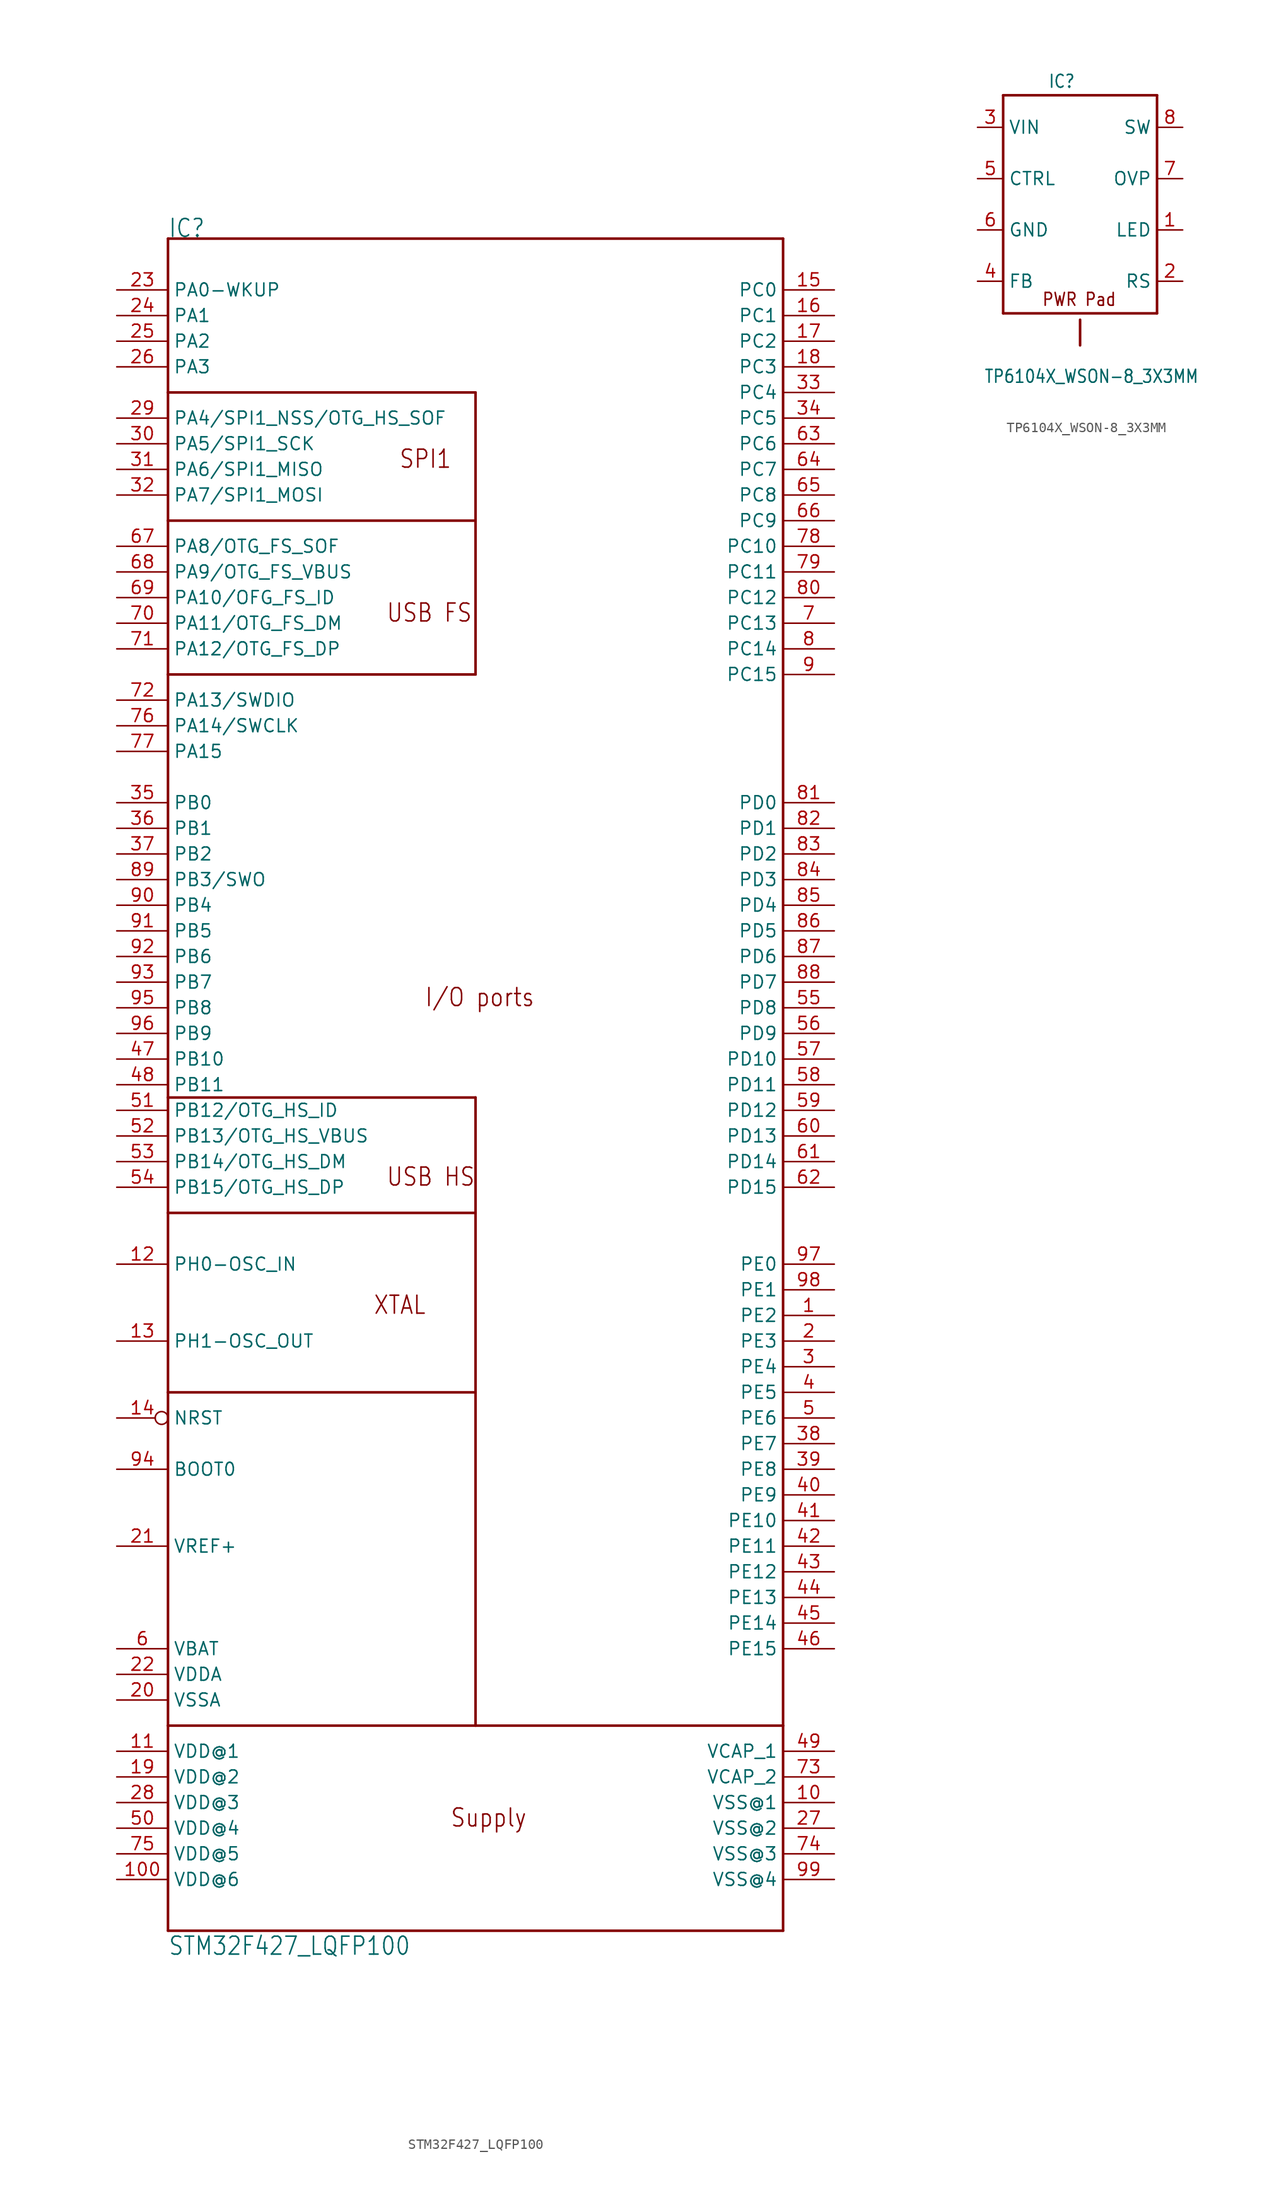
<source format=kicad_sym>
(kicad_symbol_lib
  (version 20201005)
  (generator kicad_symbol_editor)
  (symbol "STM32F427_LQFP100"
    (property "Reference" "IC"
      (at -30.48 88.9 0)
      (effects (font (size 1.778 1.511)) (justify left bottom)))
    (property "Value" "STM32F427_LQFP100"
      (at -30.48 -81.28 0)
      (effects (font (size 1.778 1.511)) (justify left bottom)))
    (property "ki_locked" ""
      (at 0 0 0)
      (effects (font (size 1.27 1.27))))
    (symbol "STM32F427_LQFP100_1_0"
      (text "Supply" (at -2.54 -68.58 0) (effects (font (size 1.778 1.511)) (justify left bottom)))
      (text "XTAL" (at -10.16 -17.78 0) (effects (font (size 1.778 1.511)) (justify left bottom)))
      (text "I/O ports" (at -5.08 12.7 0) (effects (font (size 1.778 1.511)) (justify left bottom)))
      (text "SPI1" (at -7.62 66.04 0) (effects (font (size 1.778 1.511)) (justify left bottom)))
      (text "USB FS" (at -8.89 50.8 0) (effects (font (size 1.778 1.511)) (justify left bottom)))
      (text "USB HS" (at -8.89 -5.08 0) (effects (font (size 1.778 1.511)) (justify left bottom)))
      (polyline (pts (xy -30.48 -78.74) (xy 30.48 -78.74)) (stroke (width 0.254)) (fill (type none)))
      (polyline (pts (xy 30.48 -78.74) (xy 30.48 -58.42)) (stroke (width 0.254)) (fill (type none)))
      (polyline (pts (xy 30.48 -58.42) (xy 30.48 88.9)) (stroke (width 0.254)) (fill (type none)))
      (polyline (pts (xy 30.48 88.9) (xy -30.48 88.9)) (stroke (width 0.254)) (fill (type none)))
      (polyline (pts (xy -30.48 88.9) (xy -30.48 73.66)) (stroke (width 0.254)) (fill (type none)))
      (polyline (pts (xy -30.48 73.66) (xy -30.48 60.96)) (stroke (width 0.254)) (fill (type none)))
      (polyline (pts (xy -30.48 60.96) (xy -30.48 45.72)) (stroke (width 0.254)) (fill (type none)))
      (polyline (pts (xy -30.48 45.72) (xy -30.48 3.81)) (stroke (width 0.254)) (fill (type none)))
      (polyline (pts (xy -30.48 3.81) (xy -30.48 -7.62)) (stroke (width 0.254)) (fill (type none)))
      (polyline (pts (xy -30.48 -7.62) (xy -30.48 -25.4)) (stroke (width 0.254)) (fill (type none)))
      (polyline (pts (xy -30.48 -25.4) (xy -30.48 -58.42)) (stroke (width 0.254)) (fill (type none)))
      (polyline (pts (xy -30.48 -58.42) (xy -30.48 -78.74)) (stroke (width 0.254)) (fill (type none)))
      (polyline (pts (xy -30.48 -58.42) (xy 0 -58.42)) (stroke (width 0.254)) (fill (type none)))
      (polyline (pts (xy 0 -58.42) (xy 30.48 -58.42)) (stroke (width 0.254)) (fill (type none)))
      (polyline (pts (xy -30.48 -7.62) (xy 0 -7.62)) (stroke (width 0.254)) (fill (type none)))
      (polyline (pts (xy 0 -7.62) (xy 0 -25.4)) (stroke (width 0.254)) (fill (type none)))
      (polyline (pts (xy 0 -25.4) (xy 0 -58.42)) (stroke (width 0.254)) (fill (type none)))
      (polyline (pts (xy -30.48 -25.4) (xy 0 -25.4)) (stroke (width 0.254)) (fill (type none)))
      (polyline (pts (xy -30.48 73.66) (xy 0 73.66)) (stroke (width 0.254)) (fill (type none)))
      (polyline (pts (xy 0 73.66) (xy 0 60.96)) (stroke (width 0.254)) (fill (type none)))
      (polyline (pts (xy 0 60.96) (xy -30.48 60.96)) (stroke (width 0.254)) (fill (type none)))
      (polyline (pts (xy -30.48 45.72) (xy 0 45.72)) (stroke (width 0.254)) (fill (type none)))
      (polyline (pts (xy 0 45.72) (xy 0 60.96)) (stroke (width 0.254)) (fill (type none)))
      (polyline (pts (xy -30.48 3.81) (xy 0 3.81)) (stroke (width 0.254)) (fill (type none)))
      (polyline (pts (xy 0 3.81) (xy 0 -7.62)) (stroke (width 0.254)) (fill (type none)))
      (pin bidirectional line (at -35.56 81.28 0) (length 5.08) (name "PA1" (effects (font (size 1.27 1.27)))) (number "24" (effects (font (size 1.27 1.27)))))
      (pin bidirectional line (at -35.56 78.74 0) (length 5.08) (name "PA2" (effects (font (size 1.27 1.27)))) (number "25" (effects (font (size 1.27 1.27)))))
      (pin bidirectional line (at -35.56 76.2 0) (length 5.08) (name "PA3" (effects (font (size 1.27 1.27)))) (number "26" (effects (font (size 1.27 1.27)))))
      (pin bidirectional line (at -35.56 71.12 0) (length 5.08) (name "PA4/SPI1_NSS/OTG_HS_SOF" (effects (font (size 1.27 1.27)))) (number "29" (effects (font (size 1.27 1.27)))))
      (pin bidirectional line (at -35.56 68.58 0) (length 5.08) (name "PA5/SPI1_SCK" (effects (font (size 1.27 1.27)))) (number "30" (effects (font (size 1.27 1.27)))))
      (pin bidirectional line (at -35.56 66.04 0) (length 5.08) (name "PA6/SPI1_MISO" (effects (font (size 1.27 1.27)))) (number "31" (effects (font (size 1.27 1.27)))))
      (pin bidirectional line (at -35.56 63.5 0) (length 5.08) (name "PA7/SPI1_MOSI" (effects (font (size 1.27 1.27)))) (number "32" (effects (font (size 1.27 1.27)))))
      (pin bidirectional line (at -35.56 58.42 0) (length 5.08) (name "PA8/OTG_FS_SOF" (effects (font (size 1.27 1.27)))) (number "67" (effects (font (size 1.27 1.27)))))
      (pin bidirectional line (at -35.56 55.88 0) (length 5.08) (name "PA9/OTG_FS_VBUS" (effects (font (size 1.27 1.27)))) (number "68" (effects (font (size 1.27 1.27)))))
      (pin bidirectional line (at -35.56 53.34 0) (length 5.08) (name "PA10/OFG_FS_ID" (effects (font (size 1.27 1.27)))) (number "69" (effects (font (size 1.27 1.27)))))
      (pin bidirectional line (at -35.56 50.8 0) (length 5.08) (name "PA11/OTG_FS_DM" (effects (font (size 1.27 1.27)))) (number "70" (effects (font (size 1.27 1.27)))))
      (pin bidirectional line (at -35.56 48.26 0) (length 5.08) (name "PA12/OTG_FS_DP" (effects (font (size 1.27 1.27)))) (number "71" (effects (font (size 1.27 1.27)))))
      (pin bidirectional line (at -35.56 43.18 0) (length 5.08) (name "PA13/SWDIO" (effects (font (size 1.27 1.27)))) (number "72" (effects (font (size 1.27 1.27)))))
      (pin bidirectional line (at -35.56 40.64 0) (length 5.08) (name "PA14/SWCLK" (effects (font (size 1.27 1.27)))) (number "76" (effects (font (size 1.27 1.27)))))
      (pin bidirectional line (at -35.56 38.1 0) (length 5.08) (name "PA15" (effects (font (size 1.27 1.27)))) (number "77" (effects (font (size 1.27 1.27)))))
      (pin bidirectional line (at -35.56 30.48 0) (length 5.08) (name "PB1" (effects (font (size 1.27 1.27)))) (number "36" (effects (font (size 1.27 1.27)))))
      (pin bidirectional line (at -35.56 27.94 0) (length 5.08) (name "PB2" (effects (font (size 1.27 1.27)))) (number "37" (effects (font (size 1.27 1.27)))))
      (pin bidirectional line (at -35.56 25.4 0) (length 5.08) (name "PB3/SWO" (effects (font (size 1.27 1.27)))) (number "89" (effects (font (size 1.27 1.27)))))
      (pin bidirectional line (at -35.56 22.86 0) (length 5.08) (name "PB4" (effects (font (size 1.27 1.27)))) (number "90" (effects (font (size 1.27 1.27)))))
      (pin bidirectional line (at -35.56 20.32 0) (length 5.08) (name "PB5" (effects (font (size 1.27 1.27)))) (number "91" (effects (font (size 1.27 1.27)))))
      (pin bidirectional line (at -35.56 17.78 0) (length 5.08) (name "PB6" (effects (font (size 1.27 1.27)))) (number "92" (effects (font (size 1.27 1.27)))))
      (pin bidirectional line (at -35.56 15.24 0) (length 5.08) (name "PB7" (effects (font (size 1.27 1.27)))) (number "93" (effects (font (size 1.27 1.27)))))
      (pin bidirectional line (at -35.56 12.7 0) (length 5.08) (name "PB8" (effects (font (size 1.27 1.27)))) (number "95" (effects (font (size 1.27 1.27)))))
      (pin bidirectional line (at -35.56 10.16 0) (length 5.08) (name "PB9" (effects (font (size 1.27 1.27)))) (number "96" (effects (font (size 1.27 1.27)))))
      (pin bidirectional line (at -35.56 7.62 0) (length 5.08) (name "PB10" (effects (font (size 1.27 1.27)))) (number "47" (effects (font (size 1.27 1.27)))))
      (pin bidirectional line (at -35.56 5.08 0) (length 5.08) (name "PB11" (effects (font (size 1.27 1.27)))) (number "48" (effects (font (size 1.27 1.27)))))
      (pin bidirectional line (at -35.56 2.54 0) (length 5.08) (name "PB12/OTG_HS_ID" (effects (font (size 1.27 1.27)))) (number "51" (effects (font (size 1.27 1.27)))))
      (pin bidirectional line (at -35.56 0 0) (length 5.08) (name "PB13/OTG_HS_VBUS" (effects (font (size 1.27 1.27)))) (number "52" (effects (font (size 1.27 1.27)))))
      (pin bidirectional line (at -35.56 -2.54 0) (length 5.08) (name "PB14/OTG_HS_DM" (effects (font (size 1.27 1.27)))) (number "53" (effects (font (size 1.27 1.27)))))
      (pin bidirectional line (at -35.56 -5.08 0) (length 5.08) (name "PB15/OTG_HS_DP" (effects (font (size 1.27 1.27)))) (number "54" (effects (font (size 1.27 1.27)))))
      (pin bidirectional line (at -35.56 83.82 0) (length 5.08) (name "PA0-WKUP" (effects (font (size 1.27 1.27)))) (number "23" (effects (font (size 1.27 1.27)))))
      (pin bidirectional line (at -35.56 33.02 0) (length 5.08) (name "PB0" (effects (font (size 1.27 1.27)))) (number "35" (effects (font (size 1.27 1.27)))))
      (pin bidirectional line (at 35.56 81.28 180) (length 5.08) (name "PC1" (effects (font (size 1.27 1.27)))) (number "16" (effects (font (size 1.27 1.27)))))
      (pin bidirectional line (at 35.56 78.74 180) (length 5.08) (name "PC2" (effects (font (size 1.27 1.27)))) (number "17" (effects (font (size 1.27 1.27)))))
      (pin bidirectional line (at 35.56 76.2 180) (length 5.08) (name "PC3" (effects (font (size 1.27 1.27)))) (number "18" (effects (font (size 1.27 1.27)))))
      (pin bidirectional line (at 35.56 73.66 180) (length 5.08) (name "PC4" (effects (font (size 1.27 1.27)))) (number "33" (effects (font (size 1.27 1.27)))))
      (pin bidirectional line (at 35.56 71.12 180) (length 5.08) (name "PC5" (effects (font (size 1.27 1.27)))) (number "34" (effects (font (size 1.27 1.27)))))
      (pin bidirectional line (at 35.56 68.58 180) (length 5.08) (name "PC6" (effects (font (size 1.27 1.27)))) (number "63" (effects (font (size 1.27 1.27)))))
      (pin bidirectional line (at 35.56 66.04 180) (length 5.08) (name "PC7" (effects (font (size 1.27 1.27)))) (number "64" (effects (font (size 1.27 1.27)))))
      (pin bidirectional line (at 35.56 63.5 180) (length 5.08) (name "PC8" (effects (font (size 1.27 1.27)))) (number "65" (effects (font (size 1.27 1.27)))))
      (pin bidirectional line (at 35.56 60.96 180) (length 5.08) (name "PC9" (effects (font (size 1.27 1.27)))) (number "66" (effects (font (size 1.27 1.27)))))
      (pin bidirectional line (at 35.56 58.42 180) (length 5.08) (name "PC10" (effects (font (size 1.27 1.27)))) (number "78" (effects (font (size 1.27 1.27)))))
      (pin bidirectional line (at 35.56 55.88 180) (length 5.08) (name "PC11" (effects (font (size 1.27 1.27)))) (number "79" (effects (font (size 1.27 1.27)))))
      (pin bidirectional line (at 35.56 53.34 180) (length 5.08) (name "PC12" (effects (font (size 1.27 1.27)))) (number "80" (effects (font (size 1.27 1.27)))))
      (pin bidirectional line (at 35.56 50.8 180) (length 5.08) (name "PC13" (effects (font (size 1.27 1.27)))) (number "7" (effects (font (size 1.27 1.27)))))
      (pin bidirectional line (at 35.56 48.26 180) (length 5.08) (name "PC14" (effects (font (size 1.27 1.27)))) (number "8" (effects (font (size 1.27 1.27)))))
      (pin bidirectional line (at 35.56 45.72 180) (length 5.08) (name "PC15" (effects (font (size 1.27 1.27)))) (number "9" (effects (font (size 1.27 1.27)))))
      (pin bidirectional line (at 35.56 83.82 180) (length 5.08) (name "PC0" (effects (font (size 1.27 1.27)))) (number "15" (effects (font (size 1.27 1.27)))))
      (pin bidirectional line (at 35.56 30.48 180) (length 5.08) (name "PD1" (effects (font (size 1.27 1.27)))) (number "82" (effects (font (size 1.27 1.27)))))
      (pin bidirectional line (at 35.56 27.94 180) (length 5.08) (name "PD2" (effects (font (size 1.27 1.27)))) (number "83" (effects (font (size 1.27 1.27)))))
      (pin bidirectional line (at 35.56 25.4 180) (length 5.08) (name "PD3" (effects (font (size 1.27 1.27)))) (number "84" (effects (font (size 1.27 1.27)))))
      (pin bidirectional line (at 35.56 22.86 180) (length 5.08) (name "PD4" (effects (font (size 1.27 1.27)))) (number "85" (effects (font (size 1.27 1.27)))))
      (pin bidirectional line (at 35.56 20.32 180) (length 5.08) (name "PD5" (effects (font (size 1.27 1.27)))) (number "86" (effects (font (size 1.27 1.27)))))
      (pin bidirectional line (at 35.56 17.78 180) (length 5.08) (name "PD6" (effects (font (size 1.27 1.27)))) (number "87" (effects (font (size 1.27 1.27)))))
      (pin bidirectional line (at 35.56 15.24 180) (length 5.08) (name "PD7" (effects (font (size 1.27 1.27)))) (number "88" (effects (font (size 1.27 1.27)))))
      (pin bidirectional line (at 35.56 12.7 180) (length 5.08) (name "PD8" (effects (font (size 1.27 1.27)))) (number "55" (effects (font (size 1.27 1.27)))))
      (pin bidirectional line (at 35.56 10.16 180) (length 5.08) (name "PD9" (effects (font (size 1.27 1.27)))) (number "56" (effects (font (size 1.27 1.27)))))
      (pin bidirectional line (at 35.56 7.62 180) (length 5.08) (name "PD10" (effects (font (size 1.27 1.27)))) (number "57" (effects (font (size 1.27 1.27)))))
      (pin bidirectional line (at 35.56 5.08 180) (length 5.08) (name "PD11" (effects (font (size 1.27 1.27)))) (number "58" (effects (font (size 1.27 1.27)))))
      (pin bidirectional line (at 35.56 2.54 180) (length 5.08) (name "PD12" (effects (font (size 1.27 1.27)))) (number "59" (effects (font (size 1.27 1.27)))))
      (pin bidirectional line (at 35.56 0 180) (length 5.08) (name "PD13" (effects (font (size 1.27 1.27)))) (number "60" (effects (font (size 1.27 1.27)))))
      (pin bidirectional line (at 35.56 -2.54 180) (length 5.08) (name "PD14" (effects (font (size 1.27 1.27)))) (number "61" (effects (font (size 1.27 1.27)))))
      (pin bidirectional line (at 35.56 -5.08 180) (length 5.08) (name "PD15" (effects (font (size 1.27 1.27)))) (number "62" (effects (font (size 1.27 1.27)))))
      (pin bidirectional line (at 35.56 33.02 180) (length 5.08) (name "PD0" (effects (font (size 1.27 1.27)))) (number "81" (effects (font (size 1.27 1.27)))))
      (pin bidirectional line (at 35.56 -15.24 180) (length 5.08) (name "PE1" (effects (font (size 1.27 1.27)))) (number "98" (effects (font (size 1.27 1.27)))))
      (pin bidirectional line (at 35.56 -17.78 180) (length 5.08) (name "PE2" (effects (font (size 1.27 1.27)))) (number "1" (effects (font (size 1.27 1.27)))))
      (pin bidirectional line (at 35.56 -20.32 180) (length 5.08) (name "PE3" (effects (font (size 1.27 1.27)))) (number "2" (effects (font (size 1.27 1.27)))))
      (pin bidirectional line (at 35.56 -22.86 180) (length 5.08) (name "PE4" (effects (font (size 1.27 1.27)))) (number "3" (effects (font (size 1.27 1.27)))))
      (pin bidirectional line (at 35.56 -25.4 180) (length 5.08) (name "PE5" (effects (font (size 1.27 1.27)))) (number "4" (effects (font (size 1.27 1.27)))))
      (pin bidirectional line (at 35.56 -27.94 180) (length 5.08) (name "PE6" (effects (font (size 1.27 1.27)))) (number "5" (effects (font (size 1.27 1.27)))))
      (pin bidirectional line (at 35.56 -30.48 180) (length 5.08) (name "PE7" (effects (font (size 1.27 1.27)))) (number "38" (effects (font (size 1.27 1.27)))))
      (pin bidirectional line (at 35.56 -33.02 180) (length 5.08) (name "PE8" (effects (font (size 1.27 1.27)))) (number "39" (effects (font (size 1.27 1.27)))))
      (pin bidirectional line (at 35.56 -35.56 180) (length 5.08) (name "PE9" (effects (font (size 1.27 1.27)))) (number "40" (effects (font (size 1.27 1.27)))))
      (pin bidirectional line (at 35.56 -38.1 180) (length 5.08) (name "PE10" (effects (font (size 1.27 1.27)))) (number "41" (effects (font (size 1.27 1.27)))))
      (pin bidirectional line (at 35.56 -40.64 180) (length 5.08) (name "PE11" (effects (font (size 1.27 1.27)))) (number "42" (effects (font (size 1.27 1.27)))))
      (pin bidirectional line (at 35.56 -43.18 180) (length 5.08) (name "PE12" (effects (font (size 1.27 1.27)))) (number "43" (effects (font (size 1.27 1.27)))))
      (pin bidirectional line (at 35.56 -45.72 180) (length 5.08) (name "PE13" (effects (font (size 1.27 1.27)))) (number "44" (effects (font (size 1.27 1.27)))))
      (pin bidirectional line (at 35.56 -48.26 180) (length 5.08) (name "PE14" (effects (font (size 1.27 1.27)))) (number "45" (effects (font (size 1.27 1.27)))))
      (pin bidirectional line (at 35.56 -50.8 180) (length 5.08) (name "PE15" (effects (font (size 1.27 1.27)))) (number "46" (effects (font (size 1.27 1.27)))))
      (pin bidirectional line (at 35.56 -12.7 180) (length 5.08) (name "PE0" (effects (font (size 1.27 1.27)))) (number "97" (effects (font (size 1.27 1.27)))))
      (pin power_in line (at -35.56 -50.8 0) (length 5.08) (name "VBAT" (effects (font (size 1.27 1.27)))) (number "6" (effects (font (size 1.27 1.27)))))
      (pin power_in line (at 35.56 -66.04 180) (length 5.08) (name "VSS@1" (effects (font (size 1.27 1.27)))) (number "10" (effects (font (size 1.27 1.27)))))
      (pin power_in line (at -35.56 -60.96 0) (length 5.08) (name "VDD@1" (effects (font (size 1.27 1.27)))) (number "11" (effects (font (size 1.27 1.27)))))
      (pin bidirectional inverted (at -35.56 -27.94 0) (length 5.08) (name "NRST" (effects (font (size 1.27 1.27)))) (number "14" (effects (font (size 1.27 1.27)))))
      (pin power_in line (at -35.56 -63.5 0) (length 5.08) (name "VDD@2" (effects (font (size 1.27 1.27)))) (number "19" (effects (font (size 1.27 1.27)))))
      (pin power_in line (at -35.56 -55.88 0) (length 5.08) (name "VSSA" (effects (font (size 1.27 1.27)))) (number "20" (effects (font (size 1.27 1.27)))))
      (pin power_in line (at -35.56 -40.64 0) (length 5.08) (name "VREF+" (effects (font (size 1.27 1.27)))) (number "21" (effects (font (size 1.27 1.27)))))
      (pin power_in line (at -35.56 -53.34 0) (length 5.08) (name "VDDA" (effects (font (size 1.27 1.27)))) (number "22" (effects (font (size 1.27 1.27)))))
      (pin power_in line (at 35.56 -68.58 180) (length 5.08) (name "VSS@2" (effects (font (size 1.27 1.27)))) (number "27" (effects (font (size 1.27 1.27)))))
      (pin power_in line (at -35.56 -66.04 0) (length 5.08) (name "VDD@3" (effects (font (size 1.27 1.27)))) (number "28" (effects (font (size 1.27 1.27)))))
      (pin power_in line (at 35.56 -60.96 180) (length 5.08) (name "VCAP_1" (effects (font (size 1.27 1.27)))) (number "49" (effects (font (size 1.27 1.27)))))
      (pin power_in line (at -35.56 -68.58 0) (length 5.08) (name "VDD@4" (effects (font (size 1.27 1.27)))) (number "50" (effects (font (size 1.27 1.27)))))
      (pin power_in line (at 35.56 -63.5 180) (length 5.08) (name "VCAP_2" (effects (font (size 1.27 1.27)))) (number "73" (effects (font (size 1.27 1.27)))))
      (pin power_in line (at 35.56 -71.12 180) (length 5.08) (name "VSS@3" (effects (font (size 1.27 1.27)))) (number "74" (effects (font (size 1.27 1.27)))))
      (pin power_in line (at -35.56 -71.12 0) (length 5.08) (name "VDD@5" (effects (font (size 1.27 1.27)))) (number "75" (effects (font (size 1.27 1.27)))))
      (pin input line (at -35.56 -33.02 0) (length 5.08) (name "BOOT0" (effects (font (size 1.27 1.27)))) (number "94" (effects (font (size 1.27 1.27)))))
      (pin power_in line (at 35.56 -73.66 180) (length 5.08) (name "VSS@4" (effects (font (size 1.27 1.27)))) (number "99" (effects (font (size 1.27 1.27)))))
      (pin power_in line (at -35.56 -73.66 0) (length 5.08) (name "VDD@6" (effects (font (size 1.27 1.27)))) (number "100" (effects (font (size 1.27 1.27)))))
      (pin input line (at -35.56 -12.7 0) (length 5.08) (name "PH0-OSC_IN" (effects (font (size 1.27 1.27)))) (number "12" (effects (font (size 1.27 1.27)))))
      (pin output line (at -35.56 -20.32 0) (length 5.08) (name "PH1-OSC_OUT" (effects (font (size 1.27 1.27)))) (number "13" (effects (font (size 1.27 1.27)))))))
  (symbol "TP6104X_WSON-8_3X3MM"
    (property "Reference" "IC"
      (at -3.175 13.97 0)
      (effects (font (size 1.27 1.079)) (justify left bottom)))
    (property "Value" "TP6104X_WSON-8_3X3MM"
      (at -9.525 -15.24 0)
      (effects (font (size 1.27 1.079)) (justify left bottom)))
    (property "ki_locked" ""
      (at 0 0 0)
      (effects (font (size 1.27 1.27))))
    (symbol "TP6104X_WSON-8_3X3MM_1_0"
      (text "PWR Pad" (at -3.81 -7.62 0) (effects (font (size 1.27 1.079)) (justify left bottom)))
      (polyline (pts (xy -7.62 -8.255) (xy 7.62 -8.255)) (stroke (width 0.254)) (fill (type none)))
      (polyline (pts (xy 7.62 -8.255) (xy 7.62 13.335)) (stroke (width 0.254)) (fill (type none)))
      (polyline (pts (xy 7.62 13.335) (xy -7.62 13.335)) (stroke (width 0.254)) (fill (type none)))
      (polyline (pts (xy -7.62 13.335) (xy -7.62 -8.255)) (stroke (width 0.254)) (fill (type none)))
      (polyline (pts (xy 0 -8.89) (xy 0 -11.43)) (stroke (width 0.254)) (fill (type none)))
      (pin power_in line (at -10.16 -5.08 0) (length 2.54) (name "FB" (effects (font (size 1.27 1.27)))) (number "4" (effects (font (size 1.27 1.27)))))
      (pin input line (at -10.16 10.16 0) (length 2.54) (name "VIN" (effects (font (size 1.27 1.27)))) (number "3" (effects (font (size 1.27 1.27)))))
      (pin input line (at -10.16 5.08 0) (length 2.54) (name "CTRL" (effects (font (size 1.27 1.27)))) (number "5" (effects (font (size 1.27 1.27)))))
      (pin power_in line (at -10.16 0 0) (length 2.54) (name "GND" (effects (font (size 1.27 1.27)))) (number "6" (effects (font (size 1.27 1.27)))))
      (pin passive line (at 10.16 -5.08 180) (length 2.54) (name "RS" (effects (font (size 1.27 1.27)))) (number "2" (effects (font (size 1.27 1.27)))))
      (pin output line (at 10.16 10.16 180) (length 2.54) (name "SW" (effects (font (size 1.27 1.27)))) (number "8" (effects (font (size 1.27 1.27)))))
      (pin input line (at 10.16 5.08 180) (length 2.54) (name "OVP" (effects (font (size 1.27 1.27)))) (number "7" (effects (font (size 1.27 1.27)))))
      (pin passive line (at 10.16 0 180) (length 2.54) (name "LED" (effects (font (size 1.27 1.27)))) (number "1" (effects (font (size 1.27 1.27)))))
      (pin passive line (at 0 -11.43 0) (length 0) (name "EP" (effects (font (size 0 0)))) (number "EP" (effects (font (size 0 0)))))
      (pin passive line (at 0 -11.43 0) (length 0) (name "EP" (effects (font (size 0 0)))) (number "EP$1" (effects (font (size 0 0)))))
      (pin passive line (at 0 -11.43 0) (length 0) (name "EP" (effects (font (size 0 0)))) (number "EP$2" (effects (font (size 0 0)))))
      (pin passive line (at 0 -11.43 0) (length 0) (name "EP" (effects (font (size 0 0)))) (number "EP$3" (effects (font (size 0 0)))))
      (pin passive line (at 0 -11.43 0) (length 0) (name "EP" (effects (font (size 0 0)))) (number "EP$4" (effects (font (size 0 0))))))))
</source>
